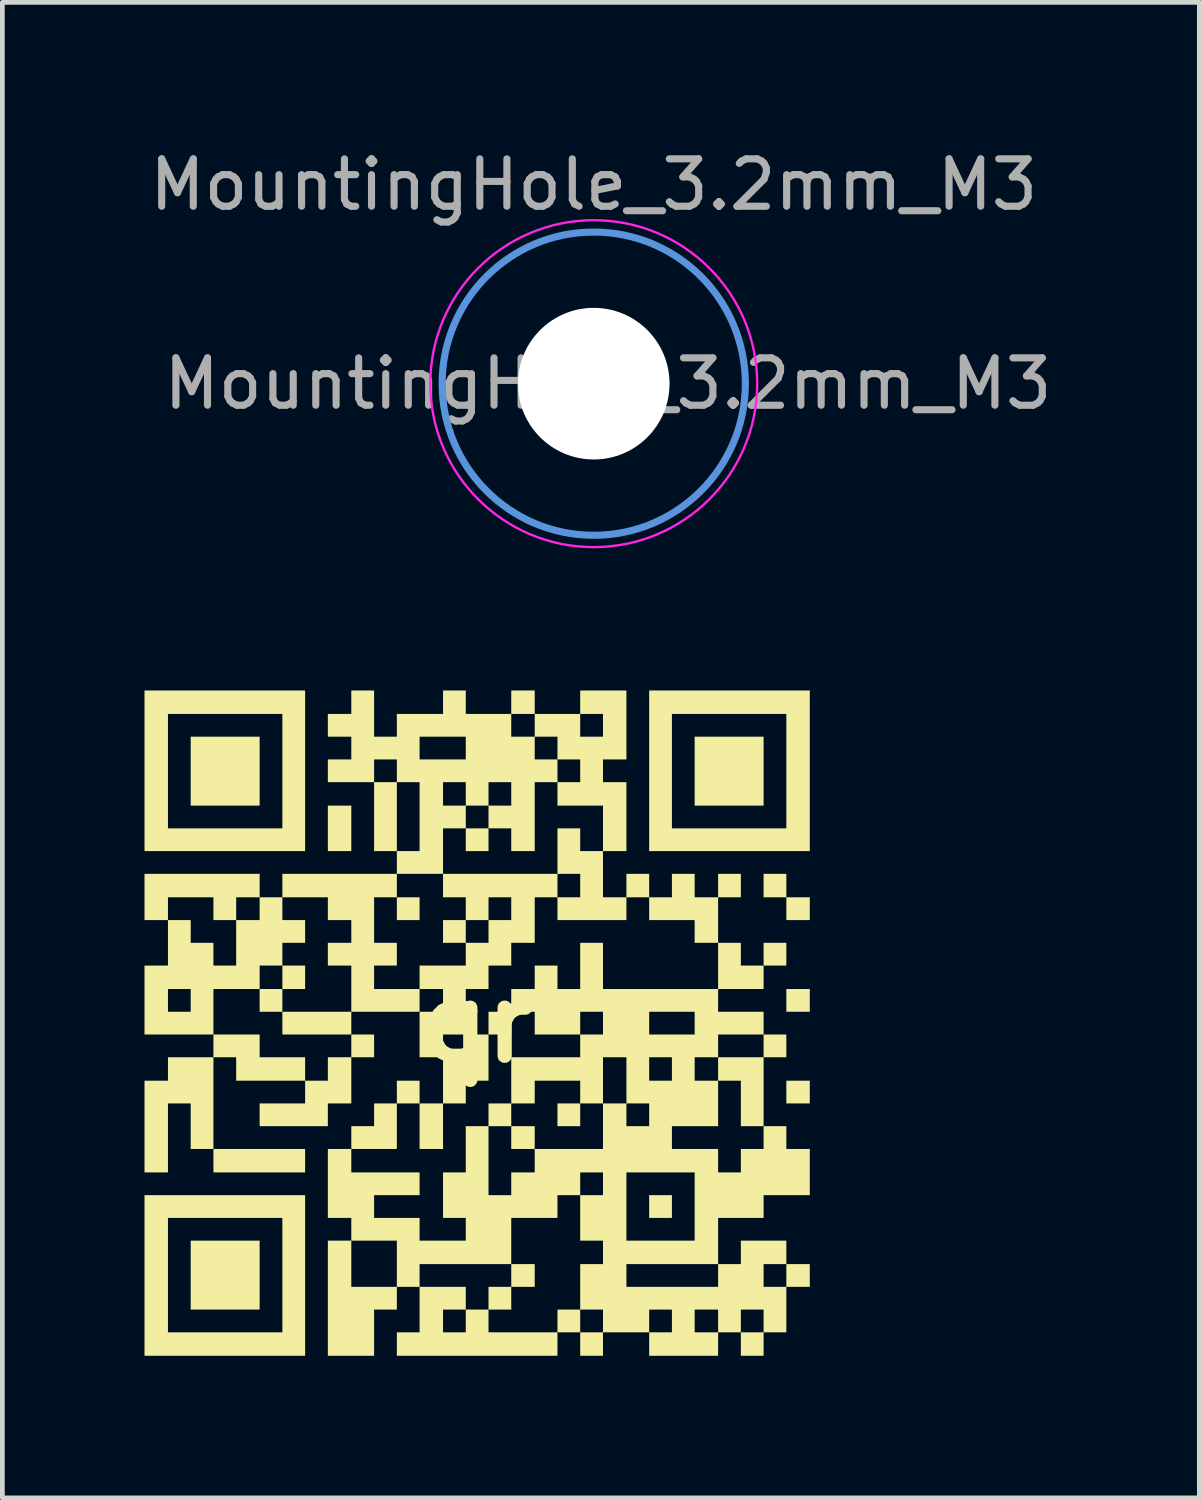
<source format=kicad_pcb>
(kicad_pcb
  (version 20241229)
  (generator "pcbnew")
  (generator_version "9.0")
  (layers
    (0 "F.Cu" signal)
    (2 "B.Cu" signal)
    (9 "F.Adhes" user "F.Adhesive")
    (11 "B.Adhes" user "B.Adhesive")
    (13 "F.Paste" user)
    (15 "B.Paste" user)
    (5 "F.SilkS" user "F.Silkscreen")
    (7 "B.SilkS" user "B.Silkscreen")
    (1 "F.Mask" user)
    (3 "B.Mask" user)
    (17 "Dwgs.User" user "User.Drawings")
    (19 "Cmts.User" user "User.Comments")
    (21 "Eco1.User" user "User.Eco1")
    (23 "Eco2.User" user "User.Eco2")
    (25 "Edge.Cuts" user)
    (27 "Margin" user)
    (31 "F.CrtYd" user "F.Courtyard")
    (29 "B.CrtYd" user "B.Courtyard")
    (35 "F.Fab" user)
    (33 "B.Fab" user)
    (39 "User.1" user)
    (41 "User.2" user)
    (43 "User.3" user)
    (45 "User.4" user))
  (footprint "MountingHole_3.2mm_M3"
    (layer "F.Cu")
    (at 9.482 5.048)
    (property "Reference" "MountingHole_3.2mm_M3" (at 0 -4.2 0) (layer "F.Fab") (effects (font (size 1 1) (thickness 0.15))))
    (attr exclude_from_pos_files)
    (fp_circle (center 0 0) (end 3.2 0) (stroke (width 0.15) (type solid)) (fill no) (layer "Cmts.User"))
    (fp_circle (center 0 0) (end 3.45 0) (stroke (width 0.05) (type solid)) (fill no) (layer "F.CrtYd"))
    (fp_text user "${REFERENCE}" (at 0.3 0 0) (layer "F.Fab") (effects (font (size 1 1) (thickness 0.15))))
    (pad "" np_thru_hole circle (at 0 0) (size 3.2 3.2) (drill 3.2) (layers "*.Cu" "*.Mask")))
  (footprint "qr"
    (layer "F.Cu")
    (at 7.021 18.545)
    (property "Reference" "qr" (at 0 0 0) (layer "F.SilkS") (effects (font (size 1.524 1.524) (thickness 0.3))))
    (attr board_only exclude_from_pos_files exclude_from_bom)
    (fp_poly (pts (xy -4.591 -4.591) (xy -6.046 -4.591) (xy -6.046 -6.046) (xy -4.591 -6.046)) (stroke (width 0) (type solid)) (fill yes) (layer "F.SilkS"))
    (fp_poly (pts (xy -4.591 6.046) (xy -6.046 6.046) (xy -6.046 4.591) (xy -4.591 4.591)) (stroke (width 0) (type solid)) (fill yes) (layer "F.SilkS"))
    (fp_poly (pts (xy -4.111 -0.24) (xy -4.591 -0.24) (xy -4.591 -0.72) (xy -4.111 -0.72)) (stroke (width 0) (type solid)) (fill yes) (layer "F.SilkS"))
    (fp_poly (pts (xy -3.631 -0.72) (xy -4.111 -0.72) (xy -4.111 -1.215) (xy -3.631 -1.215)) (stroke (width 0) (type solid)) (fill yes) (layer "F.SilkS"))
    (fp_poly (pts (xy -3.631 3.151) (xy -5.566 3.151) (xy -5.566 2.656) (xy -3.631 2.656)) (stroke (width 0) (type solid)) (fill yes) (layer "F.SilkS"))
    (fp_poly (pts (xy -2.656 -3.631) (xy -3.151 -3.631) (xy -3.151 -4.591) (xy -2.656 -4.591)) (stroke (width 0) (type solid)) (fill yes) (layer "F.SilkS"))
    (fp_poly (pts (xy -1.215 -2.175) (xy -1.695 -2.175) (xy -1.695 -2.656) (xy -1.215 -2.656)) (stroke (width 0) (type solid)) (fill yes) (layer "F.SilkS"))
    (fp_poly (pts (xy -0.24 -1.695) (xy -0.72 -1.695) (xy -0.72 -2.175) (xy -0.24 -2.175)) (stroke (width 0) (type solid)) (fill yes) (layer "F.SilkS"))
    (fp_poly (pts (xy 0.24 -3.631) (xy -0.24 -3.631) (xy -0.24 -4.111) (xy 0.24 -4.111)) (stroke (width 0) (type solid)) (fill yes) (layer "F.SilkS"))
    (fp_poly (pts (xy 0.72 0.24) (xy 0.24 0.24) (xy 0.24 -0.24) (xy 0.72 -0.24)) (stroke (width 0) (type solid)) (fill yes) (layer "F.SilkS"))
    (fp_poly (pts (xy 0.72 2.175) (xy 0.24 2.175) (xy 0.24 1.695) (xy 0.72 1.695)) (stroke (width 0) (type solid)) (fill yes) (layer "F.SilkS"))
    (fp_poly (pts (xy 0.72 6.046) (xy 0.24 6.046) (xy 0.24 5.566) (xy 0.72 5.566)) (stroke (width 0) (type solid)) (fill yes) (layer "F.SilkS"))
    (fp_poly (pts (xy 1.215 2.656) (xy 0.72 2.656) (xy 0.72 2.175) (xy 1.215 2.175)) (stroke (width 0) (type solid)) (fill yes) (layer "F.SilkS"))
    (fp_poly (pts (xy 1.215 5.566) (xy 0.72 5.566) (xy 0.72 5.086) (xy 1.215 5.086)) (stroke (width 0) (type solid)) (fill yes) (layer "F.SilkS"))
    (fp_poly (pts (xy 2.175 2.175) (xy 1.695 2.175) (xy 1.695 1.695) (xy 2.175 1.695)) (stroke (width 0) (type solid)) (fill yes) (layer "F.SilkS"))
    (fp_poly (pts (xy 4.111 4.111) (xy 3.631 4.111) (xy 3.631 3.631) (xy 4.111 3.631)) (stroke (width 0) (type solid)) (fill yes) (layer "F.SilkS"))
    (fp_poly (pts (xy 5.566 -2.656) (xy 5.086 -2.656) (xy 5.086 -3.151) (xy 5.566 -3.151)) (stroke (width 0) (type solid)) (fill yes) (layer "F.SilkS"))
    (fp_poly (pts (xy 6.046 -4.591) (xy 4.591 -4.591) (xy 4.591 -6.046) (xy 6.046 -6.046)) (stroke (width 0) (type solid)) (fill yes) (layer "F.SilkS"))
    (fp_poly (pts (xy 6.526 -2.656) (xy 6.046 -2.656) (xy 6.046 -3.151) (xy 6.526 -3.151)) (stroke (width 0) (type solid)) (fill yes) (layer "F.SilkS"))
    (fp_poly (pts (xy 6.526 -1.215) (xy 6.046 -1.215) (xy 6.046 -1.695) (xy 6.526 -1.695)) (stroke (width 0) (type solid)) (fill yes) (layer "F.SilkS"))
    (fp_poly (pts (xy 7.021 -2.175) (xy 6.526 -2.175) (xy 6.526 -2.656) (xy 7.021 -2.656)) (stroke (width 0) (type solid)) (fill yes) (layer "F.SilkS"))
    (fp_poly (pts (xy 7.021 -0.24) (xy 6.526 -0.24) (xy 6.526 -0.72) (xy 7.021 -0.72)) (stroke (width 0) (type solid)) (fill yes) (layer "F.SilkS"))
    (fp_poly (pts (xy 7.021 1.695) (xy 6.526 1.695) (xy 6.526 1.215) (xy 7.021 1.215)) (stroke (width 0) (type solid)) (fill yes) (layer "F.SilkS"))
    (fp_poly (pts (xy 7.021 5.566) (xy 6.526 5.566) (xy 6.526 5.086) (xy 7.021 5.086)) (stroke (width 0) (type solid)) (fill yes) (layer "F.SilkS"))
    (fp_poly (pts (xy -5.566 2.656) (xy -6.046 2.656) (xy -6.046 1.695) (xy -6.526 1.695) (xy -6.526 3.151) (xy -7.021 3.151) (xy -7.021 1.215) (xy -6.526 1.215) (xy -6.526 0.72) (xy -5.566 0.72)) (stroke (width 0) (type solid)) (fill yes) (layer "F.SilkS"))
    (fp_poly (pts (xy -3.631 -3.631) (xy -7.021 -3.631) (xy -7.021 -4.111) (xy -6.526 -4.111) (xy -4.111 -4.111) (xy -4.111 -6.526) (xy -6.526 -6.526) (xy -6.526 -4.111) (xy -7.021 -4.111) (xy -7.021 -7.021) (xy -3.631 -7.021)) (stroke (width 0) (type solid)) (fill yes) (layer "F.SilkS"))
    (fp_poly (pts (xy -3.631 7.021) (xy -7.021 7.021) (xy -7.021 6.526) (xy -6.526 6.526) (xy -4.111 6.526) (xy -4.111 4.111) (xy -6.526 4.111) (xy -6.526 6.526) (xy -7.021 6.526) (xy -7.021 3.631) (xy -3.631 3.631)) (stroke (width 0) (type solid)) (fill yes) (layer "F.SilkS"))
    (fp_poly (pts (xy 7.021 -3.631) (xy 3.631 -3.631) (xy 3.631 -4.111) (xy 4.111 -4.111) (xy 6.526 -4.111) (xy 6.526 -6.526) (xy 4.111 -6.526) (xy 4.111 -4.111) (xy 3.631 -4.111) (xy 3.631 -7.021) (xy 7.021 -7.021)) (stroke (width 0) (type solid)) (fill yes) (layer "F.SilkS"))
    (fp_poly (pts (xy -1.695 5.566) (xy -1.695 6.046) (xy -2.175 6.046) (xy -2.175 7.021) (xy -3.151 7.021) (xy -3.151 5.566) (xy -2.656 5.566) (xy -1.695 5.566) (xy -1.695 4.591) (xy -2.656 4.591) (xy -2.656 5.566) (xy -3.151 5.566) (xy -3.151 4.591) (xy -2.656 4.591) (xy -2.656 4.111) (xy -3.151 4.111) (xy -3.151 3.151) (xy -2.656 3.151) (xy -1.215 3.151) (xy -1.215 3.631) (xy -2.175 3.631) (xy -2.175 4.111) (xy -1.215 4.111) (xy -1.215 4.591) (xy -0.24 4.591) (xy -0.24 4.111) (xy -0.72 4.111) (xy -0.72 3.151) (xy -0.24 3.151) (xy -0.24 2.175) (xy 0.24 2.175) (xy 0.24 3.631) (xy 0.72 3.631) (xy 0.72 3.151) (xy 1.215 3.151) (xy 1.215 2.656) (xy 2.656 2.656) (xy 4.111 2.656) (xy 5.086 2.656) (xy 5.086 3.151) (xy 5.566 3.151) (xy 5.566 2.656) (xy 6.046 2.656) (xy 6.046 2.175) (xy 5.566 2.175) (xy 5.566 1.215) (xy 5.086 1.215) (xy 5.086 2.175) (xy 4.111 2.175) (xy 4.111 2.656) (xy 2.656 2.656) (xy 2.656 2.175) (xy 3.151 2.175) (xy 3.631 2.175) (xy 3.631 1.695) (xy 3.151 1.695) (xy 3.151 2.175) (xy 2.656 2.175) (xy 2.656 1.695) (xy 3.151 1.695) (xy 3.151 1.215) (xy 3.631 1.215) (xy 4.111 1.215) (xy 4.591 1.215) (xy 5.086 1.215) (xy 5.086 0.72) (xy 6.046 0.72) (xy 6.046 0.24) (xy 5.086 0.24) (xy 5.086 0.72) (xy 4.591 0.72) (xy 4.591 1.215) (xy 4.111 1.215) (xy 4.111 0.72) (xy 3.631 0.72) (xy 3.631 1.215) (xy 3.151 1.215) (xy 3.151 0.72) (xy 2.656 0.72) (xy 2.656 1.695) (xy 2.175 1.695) (xy 2.175 1.215) (xy 1.215 1.215) (xy 1.215 1.695) (xy 0.72 1.695) (xy 0.72 0.72) (xy 2.175 0.72) (xy 2.175 0.24) (xy 2.656 0.24) (xy 3.631 0.24) (xy 4.591 0.24) (xy 4.591 -0.24) (xy 3.631 -0.24) (xy 3.631 0.24) (xy 2.656 0.24) (xy 2.656 -0.24) (xy 2.175 -0.24) (xy 2.175 0.24) (xy 1.215 0.24) (xy 1.215 -0.24) (xy 0.72 -0.24) (xy 0.72 -0.72) (xy 1.215 -0.72) (xy 1.215 -1.215) (xy 1.695 -1.215) (xy 1.695 -0.72) (xy 2.175 -0.72) (xy 2.175 -1.695) (xy 2.656 -1.695) (xy 2.656 -0.72) (xy 5.086 -0.72) (xy 5.086 -1.695) (xy 4.591 -1.695) (xy 4.591 -2.175) (xy 3.631 -2.175) (xy 3.631 -2.656) (xy 3.151 -2.656) (xy 3.151 -2.175) (xy 1.695 -2.175) (xy 1.695 -2.656) (xy 2.175 -2.656) (xy 2.175 -3.151) (xy 1.695 -3.151) (xy 1.695 -2.656) (xy 1.215 -2.656) (xy 1.215 -1.695) (xy 0.72 -1.695) (xy 0.72 -1.215) (xy 0.24 -1.215) (xy 0.24 -0.72) (xy -0.24 -0.72) (xy -0.24 0.24) (xy 0.24 0.24) (xy 0.24 1.215) (xy -0.24 1.215) (xy -0.24 1.695) (xy -0.72 1.695) (xy -0.72 2.656) (xy -1.215 2.656) (xy -1.215 1.695) (xy -1.695 1.695) (xy -1.695 2.656) (xy -2.656 2.656) (xy -2.656 3.151) (xy -3.151 3.151) (xy -3.151 2.656) (xy -2.656 2.656) (xy -2.656 2.175) (xy -2.175 2.175) (xy -2.175 1.695) (xy -1.695 1.695) (xy -1.695 1.215) (xy -1.215 1.215) (xy -1.215 1.695) (xy -0.72 1.695) (xy -0.72 0.72) (xy -0.24 0.72) (xy -0.24 0.24) (xy -0.72 0.24) (xy -0.72 0.72) (xy -1.215 0.72) (xy -1.215 -0.24) (xy -0.72 -0.24) (xy -0.72 -0.72) (xy -1.215 -0.72) (xy -1.215 -0.24) (xy -2.656 -0.24) (xy -2.656 0.24) (xy -2.175 0.24) (xy -2.175 0.72) (xy -2.656 0.72) (xy -2.656 1.695) (xy -3.151 1.695) (xy -3.151 2.175) (xy -4.591 2.175) (xy -4.591 1.695) (xy -3.631 1.695) (xy -3.631 1.215) (xy -5.086 1.215) (xy -5.086 0.72) (xy -5.566 0.72) (xy -5.566 0.24) (xy -4.591 0.24) (xy -4.591 0.72) (xy -3.631 0.72) (xy -3.631 1.215) (xy -3.151 1.215) (xy -3.151 0.72) (xy -2.656 0.72) (xy -2.656 0.24) (xy -4.111 0.24) (xy -4.111 -0.24) (xy -2.656 -0.24) (xy -2.656 -0.72) (xy -2.175 -0.72) (xy -1.215 -0.72) (xy -1.215 -1.215) (xy -0.24 -1.215) (xy -0.24 -1.695) (xy 0.24 -1.695) (xy 0.24 -2.175) (xy 0.72 -2.175) (xy 0.72 -2.656) (xy 0.24 -2.656) (xy 0.24 -2.175) (xy -0.24 -2.175) (xy -0.24 -2.656) (xy -0.72 -2.656) (xy -0.72 -3.151) (xy 1.695 -3.151) (xy 1.695 -4.111) (xy 2.175 -4.111) (xy 2.175 -3.631) (xy 2.656 -3.631) (xy 2.656 -4.591) (xy 1.695 -4.591) (xy 1.695 -5.086) (xy 2.175 -5.086) (xy 2.175 -5.566) (xy 1.695 -5.566) (xy 1.695 -5.086) (xy 1.215 -5.086) (xy 1.215 -3.631) (xy 0.72 -3.631) (xy 0.72 -4.111) (xy 0.24 -4.111) (xy 0.24 -4.591) (xy 0.72 -4.591) (xy 0.72 -5.086) (xy 0.24 -5.086) (xy 0.24 -4.591) (xy -0.24 -4.591) (xy -0.24 -4.111) (xy -0.72 -4.111) (xy -0.72 -3.151) (xy -1.695 -3.151) (xy -1.695 -2.656) (xy -2.175 -2.656) (xy -2.175 -1.695) (xy -1.695 -1.695) (xy -1.695 -1.215) (xy -2.175 -1.215) (xy -2.175 -0.72) (xy -2.656 -0.72) (xy -2.656 -1.215) (xy -3.151 -1.215) (xy -3.151 -1.695) (xy -2.656 -1.695) (xy -2.656 -2.175) (xy -3.151 -2.175) (xy -3.151 -2.656) (xy -4.111 -2.656) (xy -4.111 -2.175) (xy -3.631 -2.175) (xy -3.631 -1.695) (xy -4.111 -1.695) (xy -4.111 -1.215) (xy -4.591 -1.215) (xy -4.591 -0.72) (xy -5.566 -0.72) (xy -5.566 0.24) (xy -7.021 0.24) (xy -7.021 -0.24) (xy -6.526 -0.24) (xy -6.046 -0.24) (xy -6.046 -0.72) (xy -6.526 -0.72) (xy -6.526 -0.24) (xy -7.021 -0.24) (xy -7.021 -1.215) (xy -6.526 -1.215) (xy -6.526 -2.175) (xy -6.046 -2.175) (xy -6.046 -1.695) (xy -5.566 -1.695) (xy -5.566 -1.215) (xy -5.086 -1.215) (xy -5.086 -2.175) (xy -4.591 -2.175) (xy -4.591 -2.656) (xy -5.086 -2.656) (xy -5.086 -2.175) (xy -5.566 -2.175) (xy -5.566 -2.656) (xy -6.526 -2.656) (xy -6.526 -2.175) (xy -7.021 -2.175) (xy -7.021 -3.151) (xy -4.591 -3.151) (xy -4.591 -2.656) (xy -4.111 -2.656) (xy -4.111 -3.151) (xy -1.695 -3.151) (xy -1.695 -3.631) (xy -1.215 -3.631) (xy -1.215 -4.591) (xy -0.72 -4.591) (xy -0.24 -4.591) (xy -0.24 -5.086) (xy -0.72 -5.086) (xy -0.72 -4.591) (xy -1.215 -4.591) (xy -1.215 -5.086) (xy -1.695 -5.086) (xy -1.695 -3.631) (xy -2.175 -3.631) (xy -2.175 -5.086) (xy -1.695 -5.086) (xy -1.695 -5.566) (xy -1.215 -5.566) (xy -0.24 -5.566) (xy 1.215 -5.566) (xy 1.695 -5.566) (xy 1.695 -6.046) (xy 2.175 -6.046) (xy 2.656 -6.046) (xy 2.656 -6.526) (xy 2.175 -6.526) (xy 2.175 -6.046) (xy 1.695 -6.046) (xy 1.215 -6.046) (xy 1.215 -5.566) (xy -0.24 -5.566) (xy -0.24 -6.046) (xy 0.72 -6.046) (xy 1.215 -6.046) (xy 1.215 -6.526) (xy 0.72 -6.526) (xy 0.72 -6.046) (xy -0.24 -6.046) (xy -1.215 -6.046) (xy -1.215 -5.566) (xy -1.695 -5.566) (xy -2.175 -5.566) (xy -2.175 -5.086) (xy -3.151 -5.086) (xy -3.151 -5.566) (xy -2.656 -5.566) (xy -2.656 -6.046) (xy -3.151 -6.046) (xy -3.151 -6.526) (xy -2.656 -6.526) (xy -2.656 -7.021) (xy -2.175 -7.021) (xy -2.175 -6.046) (xy -1.695 -6.046) (xy -1.695 -6.526) (xy -0.72 -6.526) (xy -0.72 -7.021) (xy -0.24 -7.021) (xy -0.24 -6.526) (xy 0.72 -6.526) (xy 0.72 -7.021) (xy 1.215 -7.021) (xy 1.215 -6.526) (xy 2.175 -6.526) (xy 2.175 -7.021) (xy 3.151 -7.021) (xy 3.151 -5.566) (xy 2.656 -5.566) (xy 2.656 -5.086) (xy 3.151 -5.086) (xy 3.151 -3.631) (xy 2.656 -3.631) (xy 2.656 -2.656) (xy 3.151 -2.656) (xy 3.151 -3.151) (xy 3.631 -3.151) (xy 3.631 -2.656) (xy 4.111 -2.656) (xy 4.111 -3.151) (xy 4.591 -3.151) (xy 4.591 -2.656) (xy 5.086 -2.656) (xy 5.086 -1.695) (xy 5.566 -1.695) (xy 5.566 -1.215) (xy 6.046 -1.215) (xy 6.046 -0.72) (xy 5.086 -0.72) (xy 5.086 -0.24) (xy 6.046 -0.24) (xy 6.046 0.24) (xy 6.526 0.24) (xy 6.526 0.72) (xy 6.046 0.72) (xy 6.046 2.175) (xy 6.526 2.175) (xy 6.526 2.656) (xy 7.021 2.656) (xy 7.021 3.631) (xy 6.046 3.631) (xy 6.046 4.111) (xy 5.086 4.111) (xy 5.086 5.086) (xy 5.566 5.086) (xy 5.566 4.591) (xy 6.526 4.591) (xy 6.526 5.086) (xy 6.046 5.086) (xy 6.046 5.566) (xy 6.526 5.566) (xy 6.526 6.526) (xy 6.046 6.526) (xy 6.046 7.021) (xy 5.566 7.021) (xy 5.566 6.526) (xy 6.046 6.526) (xy 6.046 6.046) (xy 5.566 6.046) (xy 5.566 6.526) (xy 5.086 6.526) (xy 5.086 7.021) (xy 3.631 7.021) (xy 3.631 6.526) (xy 4.111 6.526) (xy 4.591 6.526) (xy 5.086 6.526) (xy 5.086 6.046) (xy 4.591 6.046) (xy 4.591 6.526) (xy 4.111 6.526) (xy 4.111 6.046) (xy 3.631 6.046) (xy 3.631 6.526) (xy 2.656 6.526) (xy 2.656 7.021) (xy 2.175 7.021) (xy 2.175 6.526) (xy 2.656 6.526) (xy 2.656 6.046) (xy 2.175 6.046) (xy 2.175 6.526) (xy 1.695 6.526) (xy 1.695 7.021) (xy -1.695 7.021) (xy -1.695 6.526) (xy -1.215 6.526) (xy -0.72 6.526) (xy -0.24 6.526) (xy -0.24 6.046) (xy -0.72 6.046) (xy -0.72 6.526) (xy -1.215 6.526) (xy -1.215 5.566) (xy -0.24 5.566) (xy -0.24 6.046) (xy 0.24 6.046) (xy 0.24 6.526) (xy 1.695 6.526) (xy 1.695 6.046) (xy 2.175 6.046) (xy 2.175 5.566) (xy 3.151 5.566) (xy 5.086 5.566) (xy 5.086 5.086) (xy 3.151 5.086) (xy 3.151 5.566) (xy 2.175 5.566) (xy 2.175 5.086) (xy 2.656 5.086) (xy 2.656 4.591) (xy 3.151 4.591) (xy 4.591 4.591) (xy 4.591 3.151) (xy 3.151 3.151) (xy 3.151 4.591) (xy 2.656 4.591) (xy 2.175 4.591) (xy 2.175 3.631) (xy 2.656 3.631) (xy 2.656 3.151) (xy 2.175 3.151) (xy 2.175 3.631) (xy 1.695 3.631) (xy 1.695 4.111) (xy 0.72 4.111) (xy 0.72 5.086) (xy -1.215 5.086) (xy -1.215 5.566)) (stroke (width 0) (type solid)) (fill yes) (layer "F.SilkS")))
  (gr_rect
    (start -3 -3)
    (end 22.264 28.566)
    (stroke (width 0.1) (type default))
    (fill no)
    (layer "Edge.Cuts")))
</source>
